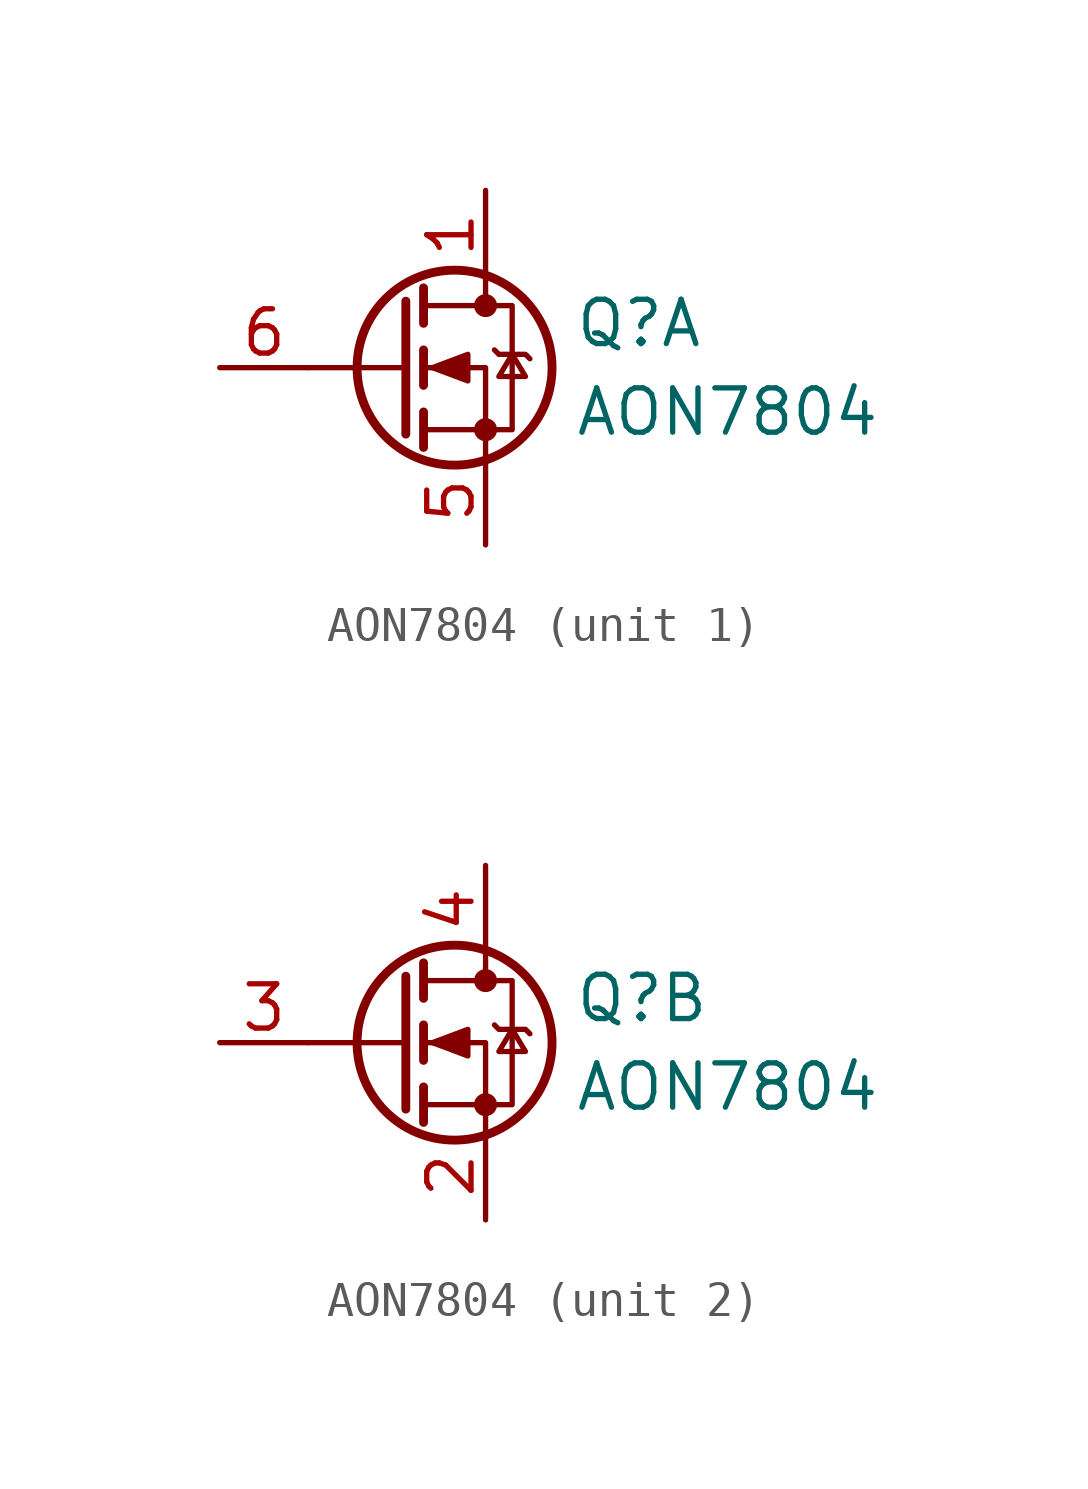
<source format=kicad_sym>
(kicad_symbol_lib
  (version 20220102)
  (generator kicad_symbol_editor)
  (symbol "AON7804"
    (pin_names
      (offset 0) hide)
    (property "Reference" "Q"
      (at 5.08 1.27 0)
      (effects (font (size 1.27 1.27)) (justify left)))
    (property "Value" "AON7804"
      (at 5.08 -1.27 0)
      (effects (font (size 1.27 1.27)) (justify left)))
    (symbol "AON7804_0_1"
      (polyline (pts (xy 0.254 0) (xy -2.54 0)) (stroke (width 0) (type default)) (fill (type none)))
      (polyline (pts (xy 0.254 1.905) (xy 0.254 -1.905)) (stroke (width 0.254) (type default)) (fill (type none)))
      (polyline (pts (xy 0.762 -1.27) (xy 0.762 -2.286)) (stroke (width 0.254) (type default)) (fill (type none)))
      (polyline (pts (xy 0.762 0.508) (xy 0.762 -0.508)) (stroke (width 0.254) (type default)) (fill (type none)))
      (polyline (pts (xy 0.762 2.286) (xy 0.762 1.27)) (stroke (width 0.254) (type default)) (fill (type none)))
      (polyline (pts (xy 2.54 2.54) (xy 2.54 1.778)) (stroke (width 0) (type default)) (fill (type none)))
      (polyline (pts (xy 2.54 -2.54) (xy 2.54 0) (xy 0.762 0)) (stroke (width 0) (type default)) (fill (type none)))
      (polyline (pts (xy 0.762 -1.778) (xy 3.302 -1.778) (xy 3.302 1.778) (xy 0.762 1.778)) (stroke (width 0) (type default)) (fill (type none)))
      (polyline (pts (xy 1.016 0) (xy 2.032 0.381) (xy 2.032 -0.381) (xy 1.016 0)) (stroke (width 0) (type default)) (fill (type outline)))
      (polyline (pts (xy 2.794 0.508) (xy 2.921 0.381) (xy 3.683 0.381) (xy 3.81 0.254)) (stroke (width 0) (type default)) (fill (type none)))
      (polyline (pts (xy 3.302 0.381) (xy 2.921 -0.254) (xy 3.683 -0.254) (xy 3.302 0.381)) (stroke (width 0) (type default)) (fill (type none)))
      (circle (center 1.651 0) (radius 2.794) (stroke (width 0.254) (type default)) (fill (type none)))
      (circle (center 2.54 -1.778) (radius 0.254) (stroke (width 0) (type default)) (fill (type outline)))
      (circle (center 2.54 1.778) (radius 0.254) (stroke (width 0) (type default)) (fill (type outline))))
    (symbol "AON7804_1_1"
      (pin passive line (at 2.54 5.08 270) (length 2.54) (name "D" (effects (font (size 1.27 1.27)))) (number "1" (effects (font (size 1.27 1.27)))))
      (pin passive line (at 2.54 -5.08 90) (length 2.54) (name "S" (effects (font (size 1.27 1.27)))) (number "5" (effects (font (size 1.27 1.27)))))
      (pin input line (at -5.08 0 0) (length 2.54) (name "G" (effects (font (size 1.27 1.27)))) (number "6" (effects (font (size 1.27 1.27))))))
    (symbol "AON7804_2_1"
      (pin passive line (at 2.54 -5.08 90) (length 2.54) (name "S" (effects (font (size 1.27 1.27)))) (number "2" (effects (font (size 1.27 1.27)))))
      (pin input line (at -5.08 0 0) (length 2.54) (name "G" (effects (font (size 1.27 1.27)))) (number "3" (effects (font (size 1.27 1.27)))))
      (pin passive line (at 2.54 5.08 270) (length 2.54) (name "D" (effects (font (size 1.27 1.27)))) (number "4" (effects (font (size 1.27 1.27))))))))
</source>
